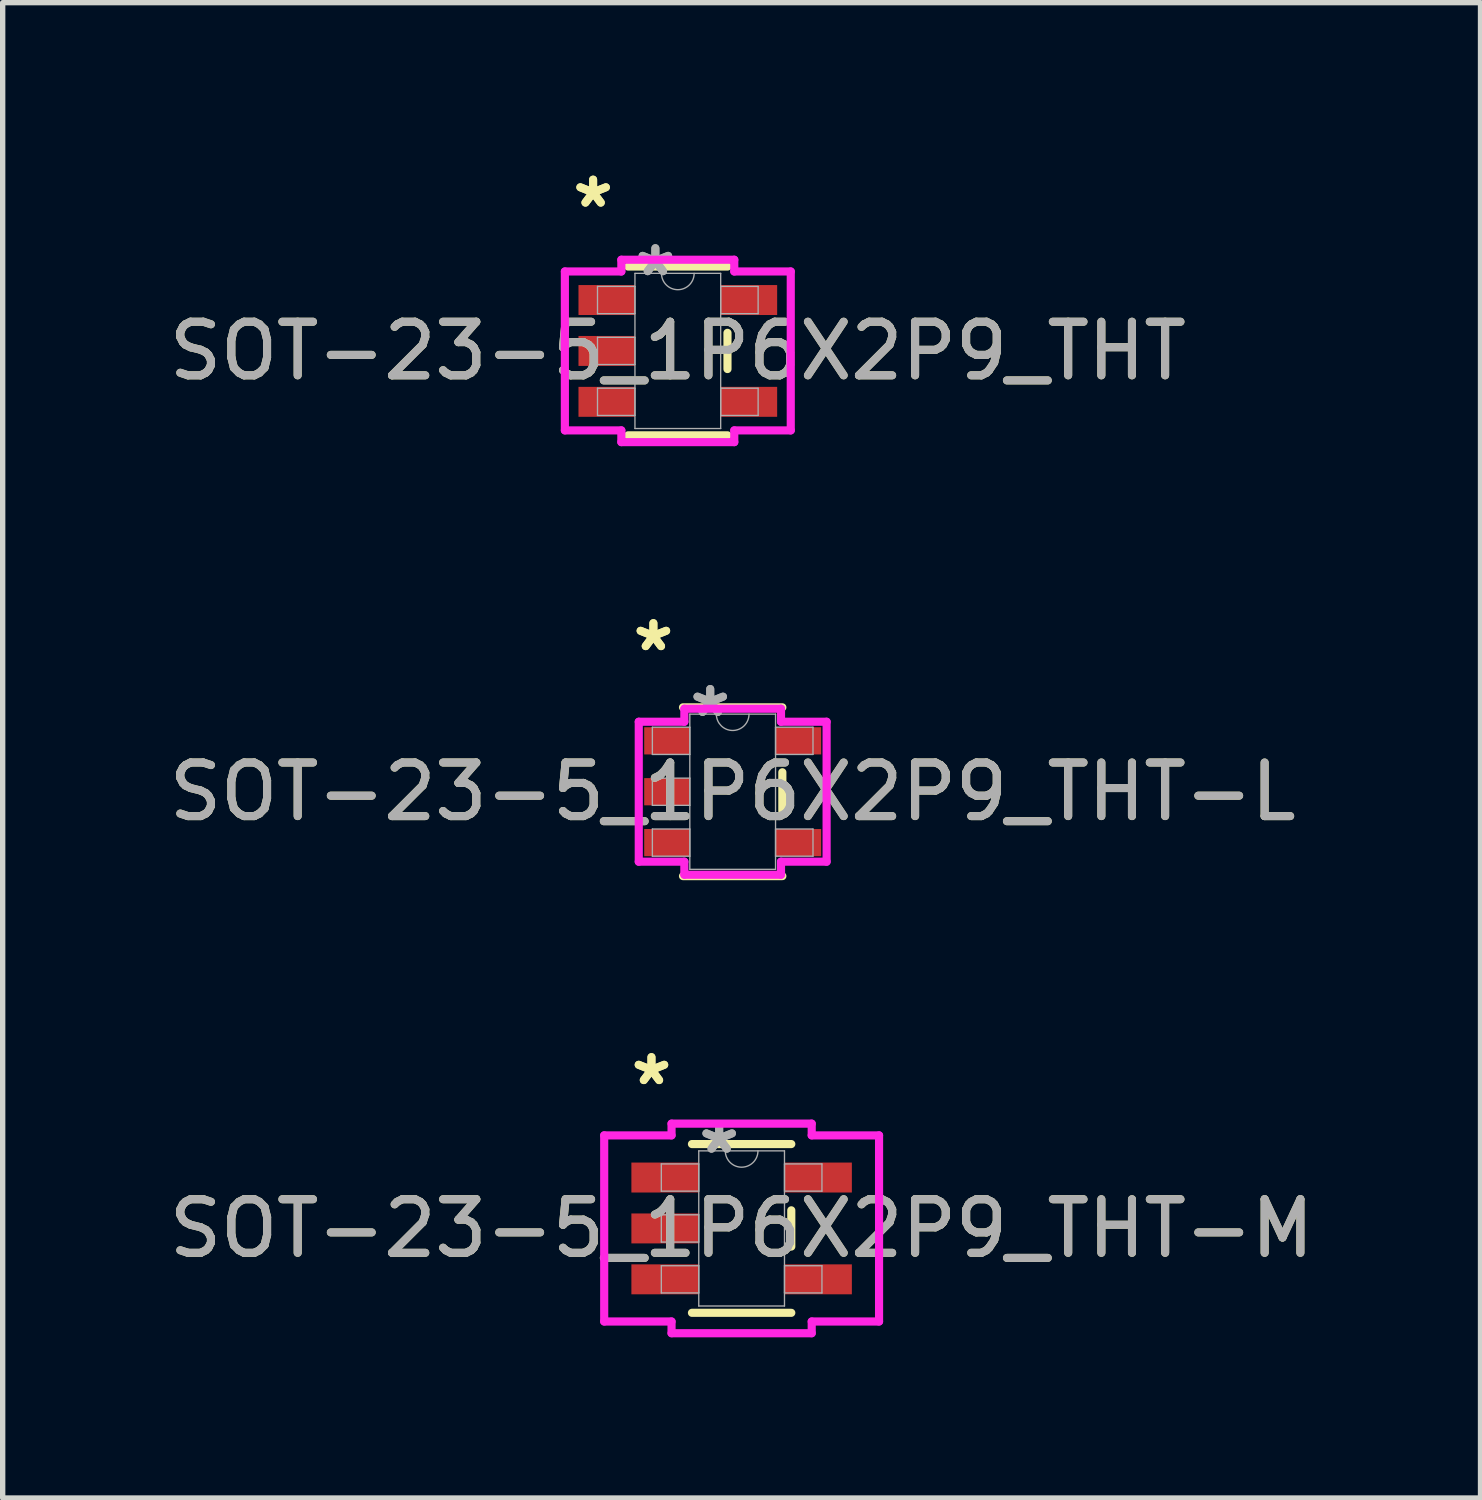
<source format=kicad_pcb>
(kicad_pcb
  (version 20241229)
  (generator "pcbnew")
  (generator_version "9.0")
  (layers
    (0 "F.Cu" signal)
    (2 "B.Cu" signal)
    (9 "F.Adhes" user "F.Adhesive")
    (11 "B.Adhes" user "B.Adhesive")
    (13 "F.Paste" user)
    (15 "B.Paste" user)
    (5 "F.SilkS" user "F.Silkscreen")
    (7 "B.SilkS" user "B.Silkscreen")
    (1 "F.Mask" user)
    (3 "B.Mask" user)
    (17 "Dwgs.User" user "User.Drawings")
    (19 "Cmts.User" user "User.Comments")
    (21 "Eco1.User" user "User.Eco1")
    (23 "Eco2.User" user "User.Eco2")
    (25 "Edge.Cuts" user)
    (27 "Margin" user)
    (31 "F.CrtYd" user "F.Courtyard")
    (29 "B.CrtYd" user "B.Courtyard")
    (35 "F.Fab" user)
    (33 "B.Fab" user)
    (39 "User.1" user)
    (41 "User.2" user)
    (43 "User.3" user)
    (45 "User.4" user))
  (footprint "SOT-23-5_1P6X2P9_THT"
    (layer "F.Cu")
    (at 9.601 3.5)
    (property "Reference" "SOT-23-5_1P6X2P9_THT" (at 0 0 0) (unlocked yes) (layer "F.SilkS") (effects (font (size 1 1) (thickness 0.15))))
    (attr smd)
    (fp_line (start -0.927 1.575) (end 0.927 1.575) (stroke (width 0.152) (type solid)) (layer "F.SilkS"))
    (fp_line (start 0.927 -1.575) (end -0.927 -1.575) (stroke (width 0.152) (type solid)) (layer "F.SilkS"))
    (fp_line (start 0.927 0.338) (end 0.927 -0.338) (stroke (width 0.152) (type solid)) (layer "F.SilkS"))
    (fp_line (start -2.108 -1.483) (end -1.054 -1.483) (stroke (width 0.152) (type solid)) (layer "F.CrtYd"))
    (fp_line (start -2.108 1.483) (end -2.108 -1.483) (stroke (width 0.152) (type solid)) (layer "F.CrtYd"))
    (fp_line (start -2.108 1.483) (end -1.054 1.483) (stroke (width 0.152) (type solid)) (layer "F.CrtYd"))
    (fp_line (start -1.054 -1.702) (end 1.054 -1.702) (stroke (width 0.152) (type solid)) (layer "F.CrtYd"))
    (fp_line (start -1.054 -1.483) (end -1.054 -1.702) (stroke (width 0.152) (type solid)) (layer "F.CrtYd"))
    (fp_line (start -1.054 1.702) (end -1.054 1.483) (stroke (width 0.152) (type solid)) (layer "F.CrtYd"))
    (fp_line (start 1.054 -1.702) (end 1.054 -1.483) (stroke (width 0.152) (type solid)) (layer "F.CrtYd"))
    (fp_line (start 1.054 1.483) (end 1.054 1.702) (stroke (width 0.152) (type solid)) (layer "F.CrtYd"))
    (fp_line (start 1.054 1.702) (end -1.054 1.702) (stroke (width 0.152) (type solid)) (layer "F.CrtYd"))
    (fp_line (start 2.108 -1.483) (end 1.054 -1.483) (stroke (width 0.152) (type solid)) (layer "F.CrtYd"))
    (fp_line (start 2.108 -1.483) (end 2.108 1.483) (stroke (width 0.152) (type solid)) (layer "F.CrtYd"))
    (fp_line (start 2.108 1.483) (end 1.054 1.483) (stroke (width 0.152) (type solid)) (layer "F.CrtYd"))
    (fp_line (start -1.499 -1.204) (end -1.499 -0.696) (stroke (width 0.025) (type solid)) (layer "F.Fab"))
    (fp_line (start -1.499 -0.696) (end -0.8 -0.696) (stroke (width 0.025) (type solid)) (layer "F.Fab"))
    (fp_line (start -1.499 -0.254) (end -1.499 0.254) (stroke (width 0.025) (type solid)) (layer "F.Fab"))
    (fp_line (start -1.499 0.254) (end -0.8 0.254) (stroke (width 0.025) (type solid)) (layer "F.Fab"))
    (fp_line (start -1.499 0.696) (end -1.499 1.204) (stroke (width 0.025) (type solid)) (layer "F.Fab"))
    (fp_line (start -1.499 1.204) (end -0.8 1.204) (stroke (width 0.025) (type solid)) (layer "F.Fab"))
    (fp_line (start -0.8 -1.448) (end -0.8 1.448) (stroke (width 0.025) (type solid)) (layer "F.Fab"))
    (fp_line (start -0.8 -1.204) (end -1.499 -1.204) (stroke (width 0.025) (type solid)) (layer "F.Fab"))
    (fp_line (start -0.8 -0.696) (end -0.8 -1.204) (stroke (width 0.025) (type solid)) (layer "F.Fab"))
    (fp_line (start -0.8 -0.254) (end -1.499 -0.254) (stroke (width 0.025) (type solid)) (layer "F.Fab"))
    (fp_line (start -0.8 0.254) (end -0.8 -0.254) (stroke (width 0.025) (type solid)) (layer "F.Fab"))
    (fp_line (start -0.8 0.696) (end -1.499 0.696) (stroke (width 0.025) (type solid)) (layer "F.Fab"))
    (fp_line (start -0.8 1.204) (end -0.8 0.696) (stroke (width 0.025) (type solid)) (layer "F.Fab"))
    (fp_line (start -0.8 1.448) (end 0.8 1.448) (stroke (width 0.025) (type solid)) (layer "F.Fab"))
    (fp_line (start 0.8 -1.448) (end -0.8 -1.448) (stroke (width 0.025) (type solid)) (layer "F.Fab"))
    (fp_line (start 0.8 -1.204) (end 0.8 -0.696) (stroke (width 0.025) (type solid)) (layer "F.Fab"))
    (fp_line (start 0.8 -0.696) (end 1.499 -0.696) (stroke (width 0.025) (type solid)) (layer "F.Fab"))
    (fp_line (start 0.8 0.696) (end 0.8 1.204) (stroke (width 0.025) (type solid)) (layer "F.Fab"))
    (fp_line (start 0.8 1.204) (end 1.499 1.204) (stroke (width 0.025) (type solid)) (layer "F.Fab"))
    (fp_line (start 0.8 1.448) (end 0.8 -1.448) (stroke (width 0.025) (type solid)) (layer "F.Fab"))
    (fp_line (start 1.499 -1.204) (end 0.8 -1.204) (stroke (width 0.025) (type solid)) (layer "F.Fab"))
    (fp_line (start 1.499 -0.696) (end 1.499 -1.204) (stroke (width 0.025) (type solid)) (layer "F.Fab"))
    (fp_line (start 1.499 0.696) (end 0.8 0.696) (stroke (width 0.025) (type solid)) (layer "F.Fab"))
    (fp_line (start 1.499 1.204) (end 1.499 0.696) (stroke (width 0.025) (type solid)) (layer "F.Fab"))
    (fp_arc (start 0.3048 -1.4478) (mid 0 -1.143) (end -0.3048 -1.4478) (stroke (width 0.0254) (type solid)) (layer "F.Fab"))
    (fp_text user "*" (at -1.581 -2.652 0) (layer "F.SilkS") (effects (font (size 1 1) (thickness 0.15))))
    (fp_text user "*" (at -1.581 -2.652 0) (unlocked yes) (layer "F.SilkS") (effects (font (size 1 1) (thickness 0.15))))
    (fp_text user "*" (at -0.419 -1.372 0) (layer "F.Fab") (effects (font (size 1 1) (thickness 0.15))))
    (fp_text user "*" (at -0.419 -1.372 0) (unlocked yes) (layer "F.Fab") (effects (font (size 1 1) (thickness 0.15))))
    (fp_text user "${REFERENCE}" (at 0 0 0) (unlocked yes) (layer "F.Fab") (effects (font (size 1 1) (thickness 0.15))))
    (pad "1" smd rect (at -1.327 -0.95) (size 1.054 0.559) (layers "F.Cu" "F.Mask" "F.Paste"))
    (pad "2" smd rect (at -1.327 0) (size 1.054 0.559) (layers "F.Cu" "F.Mask" "F.Paste"))
    (pad "3" smd rect (at -1.327 0.95) (size 1.054 0.559) (layers "F.Cu" "F.Mask" "F.Paste"))
    (pad "4" smd rect (at 1.327 0.95) (size 1.054 0.559) (layers "F.Cu" "F.Mask" "F.Paste"))
    (pad "5" smd rect (at 1.327 -0.95) (size 1.054 0.559) (layers "F.Cu" "F.Mask" "F.Paste")))
  (footprint "SOT-23-5_1P6X2P9_THT-L"
    (layer "F.Cu")
    (at 10.625 11.727)
    (property "Reference" "SOT-23-5_1P6X2P9_THT-L" (at 0 0 0) (unlocked yes) (layer "F.SilkS") (effects (font (size 1 1) (thickness 0.15))))
    (attr smd)
    (fp_line (start -0.927 1.575) (end 0.927 1.575) (stroke (width 0.152) (type solid)) (layer "F.SilkS"))
    (fp_line (start 0.927 -1.575) (end -0.927 -1.575) (stroke (width 0.152) (type solid)) (layer "F.SilkS"))
    (fp_line (start 0.927 0.363) (end 0.927 -0.363) (stroke (width 0.152) (type solid)) (layer "F.SilkS"))
    (fp_line (start -1.753 -1.306) (end -0.902 -1.306) (stroke (width 0.152) (type solid)) (layer "F.CrtYd"))
    (fp_line (start -1.753 1.306) (end -1.753 -1.306) (stroke (width 0.152) (type solid)) (layer "F.CrtYd"))
    (fp_line (start -1.753 1.306) (end -0.902 1.306) (stroke (width 0.152) (type solid)) (layer "F.CrtYd"))
    (fp_line (start -0.902 -1.549) (end 0.902 -1.549) (stroke (width 0.152) (type solid)) (layer "F.CrtYd"))
    (fp_line (start -0.902 -1.306) (end -0.902 -1.549) (stroke (width 0.152) (type solid)) (layer "F.CrtYd"))
    (fp_line (start -0.902 1.549) (end -0.902 1.306) (stroke (width 0.152) (type solid)) (layer "F.CrtYd"))
    (fp_line (start 0.902 -1.549) (end 0.902 -1.306) (stroke (width 0.152) (type solid)) (layer "F.CrtYd"))
    (fp_line (start 0.902 1.306) (end 0.902 1.549) (stroke (width 0.152) (type solid)) (layer "F.CrtYd"))
    (fp_line (start 0.902 1.549) (end -0.902 1.549) (stroke (width 0.152) (type solid)) (layer "F.CrtYd"))
    (fp_line (start 1.753 -1.306) (end 0.902 -1.306) (stroke (width 0.152) (type solid)) (layer "F.CrtYd"))
    (fp_line (start 1.753 -1.306) (end 1.753 1.306) (stroke (width 0.152) (type solid)) (layer "F.CrtYd"))
    (fp_line (start 1.753 1.306) (end 0.902 1.306) (stroke (width 0.152) (type solid)) (layer "F.CrtYd"))
    (fp_line (start -1.499 -1.204) (end -1.499 -0.696) (stroke (width 0.025) (type solid)) (layer "F.Fab"))
    (fp_line (start -1.499 -0.696) (end -0.8 -0.696) (stroke (width 0.025) (type solid)) (layer "F.Fab"))
    (fp_line (start -1.499 -0.254) (end -1.499 0.254) (stroke (width 0.025) (type solid)) (layer "F.Fab"))
    (fp_line (start -1.499 0.254) (end -0.8 0.254) (stroke (width 0.025) (type solid)) (layer "F.Fab"))
    (fp_line (start -1.499 0.696) (end -1.499 1.204) (stroke (width 0.025) (type solid)) (layer "F.Fab"))
    (fp_line (start -1.499 1.204) (end -0.8 1.204) (stroke (width 0.025) (type solid)) (layer "F.Fab"))
    (fp_line (start -0.8 -1.448) (end -0.8 1.448) (stroke (width 0.025) (type solid)) (layer "F.Fab"))
    (fp_line (start -0.8 -1.204) (end -1.499 -1.204) (stroke (width 0.025) (type solid)) (layer "F.Fab"))
    (fp_line (start -0.8 -0.696) (end -0.8 -1.204) (stroke (width 0.025) (type solid)) (layer "F.Fab"))
    (fp_line (start -0.8 -0.254) (end -1.499 -0.254) (stroke (width 0.025) (type solid)) (layer "F.Fab"))
    (fp_line (start -0.8 0.254) (end -0.8 -0.254) (stroke (width 0.025) (type solid)) (layer "F.Fab"))
    (fp_line (start -0.8 0.696) (end -1.499 0.696) (stroke (width 0.025) (type solid)) (layer "F.Fab"))
    (fp_line (start -0.8 1.204) (end -0.8 0.696) (stroke (width 0.025) (type solid)) (layer "F.Fab"))
    (fp_line (start -0.8 1.448) (end 0.8 1.448) (stroke (width 0.025) (type solid)) (layer "F.Fab"))
    (fp_line (start 0.8 -1.448) (end -0.8 -1.448) (stroke (width 0.025) (type solid)) (layer "F.Fab"))
    (fp_line (start 0.8 -1.204) (end 0.8 -0.696) (stroke (width 0.025) (type solid)) (layer "F.Fab"))
    (fp_line (start 0.8 -0.696) (end 1.499 -0.696) (stroke (width 0.025) (type solid)) (layer "F.Fab"))
    (fp_line (start 0.8 0.696) (end 0.8 1.204) (stroke (width 0.025) (type solid)) (layer "F.Fab"))
    (fp_line (start 0.8 1.204) (end 1.499 1.204) (stroke (width 0.025) (type solid)) (layer "F.Fab"))
    (fp_line (start 0.8 1.448) (end 0.8 -1.448) (stroke (width 0.025) (type solid)) (layer "F.Fab"))
    (fp_line (start 1.499 -1.204) (end 0.8 -1.204) (stroke (width 0.025) (type solid)) (layer "F.Fab"))
    (fp_line (start 1.499 -0.696) (end 1.499 -1.204) (stroke (width 0.025) (type solid)) (layer "F.Fab"))
    (fp_line (start 1.499 0.696) (end 0.8 0.696) (stroke (width 0.025) (type solid)) (layer "F.Fab"))
    (fp_line (start 1.499 1.204) (end 1.499 0.696) (stroke (width 0.025) (type solid)) (layer "F.Fab"))
    (fp_arc (start 0.3048 -1.4478) (mid 0 -1.143) (end -0.3048 -1.4478) (stroke (width 0.0254) (type solid)) (layer "F.Fab"))
    (fp_text user "*" (at -1.48 -2.601 0) (unlocked yes) (layer "F.SilkS") (effects (font (size 1 1) (thickness 0.15))))
    (fp_text user "*" (at -1.48 -2.601 0) (layer "F.SilkS") (effects (font (size 1 1) (thickness 0.15))))
    (fp_text user "${REFERENCE}" (at 0 0 0) (unlocked yes) (layer "F.Fab") (effects (font (size 1 1) (thickness 0.15))))
    (fp_text user "*" (at -0.419 -1.372 0) (layer "F.Fab") (effects (font (size 1 1) (thickness 0.15))))
    (fp_text user "*" (at -0.419 -1.372 0) (unlocked yes) (layer "F.Fab") (effects (font (size 1 1) (thickness 0.15))))
    (pad "1" smd rect (at -1.226 -0.95) (size 0.851 0.508) (layers "F.Cu" "F.Mask" "F.Paste"))
    (pad "2" smd rect (at -1.226 0) (size 0.851 0.508) (layers "F.Cu" "F.Mask" "F.Paste"))
    (pad "3" smd rect (at -1.226 0.95) (size 0.851 0.508) (layers "F.Cu" "F.Mask" "F.Paste"))
    (pad "4" smd rect (at 1.226 0.95) (size 0.851 0.508) (layers "F.Cu" "F.Mask" "F.Paste"))
    (pad "5" smd rect (at 1.226 -0.95) (size 0.851 0.508) (layers "F.Cu" "F.Mask" "F.Paste")))
  (footprint "SOT-23-5_1P6X2P9_THT-M"
    (layer "F.Cu")
    (at 10.792 19.878)
    (property "Reference" "SOT-23-5_1P6X2P9_THT-M" (at 0 0 0) (unlocked yes) (layer "F.SilkS") (effects (font (size 1 1) (thickness 0.15))))
    (attr smd)
    (fp_line (start -0.927 1.575) (end 0.927 1.575) (stroke (width 0.152) (type solid)) (layer "F.SilkS"))
    (fp_line (start 0.927 -1.575) (end -0.927 -1.575) (stroke (width 0.152) (type solid)) (layer "F.SilkS"))
    (fp_line (start 0.927 0.338) (end 0.927 -0.338) (stroke (width 0.152) (type solid)) (layer "F.SilkS"))
    (fp_line (start -2.565 -1.737) (end -1.308 -1.737) (stroke (width 0.152) (type solid)) (layer "F.CrtYd"))
    (fp_line (start -2.565 1.737) (end -2.565 -1.737) (stroke (width 0.152) (type solid)) (layer "F.CrtYd"))
    (fp_line (start -2.565 1.737) (end -1.308 1.737) (stroke (width 0.152) (type solid)) (layer "F.CrtYd"))
    (fp_line (start -1.308 -1.956) (end 1.308 -1.956) (stroke (width 0.152) (type solid)) (layer "F.CrtYd"))
    (fp_line (start -1.308 -1.737) (end -1.308 -1.956) (stroke (width 0.152) (type solid)) (layer "F.CrtYd"))
    (fp_line (start -1.308 1.956) (end -1.308 1.737) (stroke (width 0.152) (type solid)) (layer "F.CrtYd"))
    (fp_line (start 1.308 -1.956) (end 1.308 -1.737) (stroke (width 0.152) (type solid)) (layer "F.CrtYd"))
    (fp_line (start 1.308 1.737) (end 1.308 1.956) (stroke (width 0.152) (type solid)) (layer "F.CrtYd"))
    (fp_line (start 1.308 1.956) (end -1.308 1.956) (stroke (width 0.152) (type solid)) (layer "F.CrtYd"))
    (fp_line (start 2.565 -1.737) (end 1.308 -1.737) (stroke (width 0.152) (type solid)) (layer "F.CrtYd"))
    (fp_line (start 2.565 -1.737) (end 2.565 1.737) (stroke (width 0.152) (type solid)) (layer "F.CrtYd"))
    (fp_line (start 2.565 1.737) (end 1.308 1.737) (stroke (width 0.152) (type solid)) (layer "F.CrtYd"))
    (fp_line (start -1.499 -1.204) (end -1.499 -0.696) (stroke (width 0.025) (type solid)) (layer "F.Fab"))
    (fp_line (start -1.499 -0.696) (end -0.8 -0.696) (stroke (width 0.025) (type solid)) (layer "F.Fab"))
    (fp_line (start -1.499 -0.254) (end -1.499 0.254) (stroke (width 0.025) (type solid)) (layer "F.Fab"))
    (fp_line (start -1.499 0.254) (end -0.8 0.254) (stroke (width 0.025) (type solid)) (layer "F.Fab"))
    (fp_line (start -1.499 0.696) (end -1.499 1.204) (stroke (width 0.025) (type solid)) (layer "F.Fab"))
    (fp_line (start -1.499 1.204) (end -0.8 1.204) (stroke (width 0.025) (type solid)) (layer "F.Fab"))
    (fp_line (start -0.8 -1.448) (end -0.8 1.448) (stroke (width 0.025) (type solid)) (layer "F.Fab"))
    (fp_line (start -0.8 -1.204) (end -1.499 -1.204) (stroke (width 0.025) (type solid)) (layer "F.Fab"))
    (fp_line (start -0.8 -0.696) (end -0.8 -1.204) (stroke (width 0.025) (type solid)) (layer "F.Fab"))
    (fp_line (start -0.8 -0.254) (end -1.499 -0.254) (stroke (width 0.025) (type solid)) (layer "F.Fab"))
    (fp_line (start -0.8 0.254) (end -0.8 -0.254) (stroke (width 0.025) (type solid)) (layer "F.Fab"))
    (fp_line (start -0.8 0.696) (end -1.499 0.696) (stroke (width 0.025) (type solid)) (layer "F.Fab"))
    (fp_line (start -0.8 1.204) (end -0.8 0.696) (stroke (width 0.025) (type solid)) (layer "F.Fab"))
    (fp_line (start -0.8 1.448) (end 0.8 1.448) (stroke (width 0.025) (type solid)) (layer "F.Fab"))
    (fp_line (start 0.8 -1.448) (end -0.8 -1.448) (stroke (width 0.025) (type solid)) (layer "F.Fab"))
    (fp_line (start 0.8 -1.204) (end 0.8 -0.696) (stroke (width 0.025) (type solid)) (layer "F.Fab"))
    (fp_line (start 0.8 -0.696) (end 1.499 -0.696) (stroke (width 0.025) (type solid)) (layer "F.Fab"))
    (fp_line (start 0.8 0.696) (end 0.8 1.204) (stroke (width 0.025) (type solid)) (layer "F.Fab"))
    (fp_line (start 0.8 1.204) (end 1.499 1.204) (stroke (width 0.025) (type solid)) (layer "F.Fab"))
    (fp_line (start 0.8 1.448) (end 0.8 -1.448) (stroke (width 0.025) (type solid)) (layer "F.Fab"))
    (fp_line (start 1.499 -1.204) (end 0.8 -1.204) (stroke (width 0.025) (type solid)) (layer "F.Fab"))
    (fp_line (start 1.499 -0.696) (end 1.499 -1.204) (stroke (width 0.025) (type solid)) (layer "F.Fab"))
    (fp_line (start 1.499 0.696) (end 0.8 0.696) (stroke (width 0.025) (type solid)) (layer "F.Fab"))
    (fp_line (start 1.499 1.204) (end 1.499 0.696) (stroke (width 0.025) (type solid)) (layer "F.Fab"))
    (fp_arc (start 0.3048 -1.4478) (mid 0 -1.143) (end -0.3048 -1.4478) (stroke (width 0.0254) (type solid)) (layer "F.Fab"))
    (fp_text user "*" (at -1.683 -2.652 0) (unlocked yes) (layer "F.SilkS") (effects (font (size 1 1) (thickness 0.15))))
    (fp_text user "*" (at -1.683 -2.652 0) (layer "F.SilkS") (effects (font (size 1 1) (thickness 0.15))))
    (fp_text user "${REFERENCE}" (at 0 0 0) (unlocked yes) (layer "F.Fab") (effects (font (size 1 1) (thickness 0.15))))
    (fp_text user "*" (at -0.419 -1.372 0) (layer "F.Fab") (effects (font (size 1 1) (thickness 0.15))))
    (fp_text user "*" (at -0.419 -1.372 0) (unlocked yes) (layer "F.Fab") (effects (font (size 1 1) (thickness 0.15))))
    (pad "1" smd rect (at -1.429 -0.95) (size 1.257 0.559) (layers "F.Cu" "F.Mask" "F.Paste"))
    (pad "2" smd rect (at -1.429 0) (size 1.257 0.559) (layers "F.Cu" "F.Mask" "F.Paste"))
    (pad "3" smd rect (at -1.429 0.95) (size 1.257 0.559) (layers "F.Cu" "F.Mask" "F.Paste"))
    (pad "4" smd rect (at 1.429 0.95) (size 1.257 0.559) (layers "F.Cu" "F.Mask" "F.Paste"))
    (pad "5" smd rect (at 1.429 -0.95) (size 1.257 0.559) (layers "F.Cu" "F.Mask" "F.Paste")))
  (gr_rect
    (start -3 -3)
    (end 24.583 24.91)
    (stroke (width 0.1) (type default))
    (fill no)
    (layer "Edge.Cuts")))
</source>
